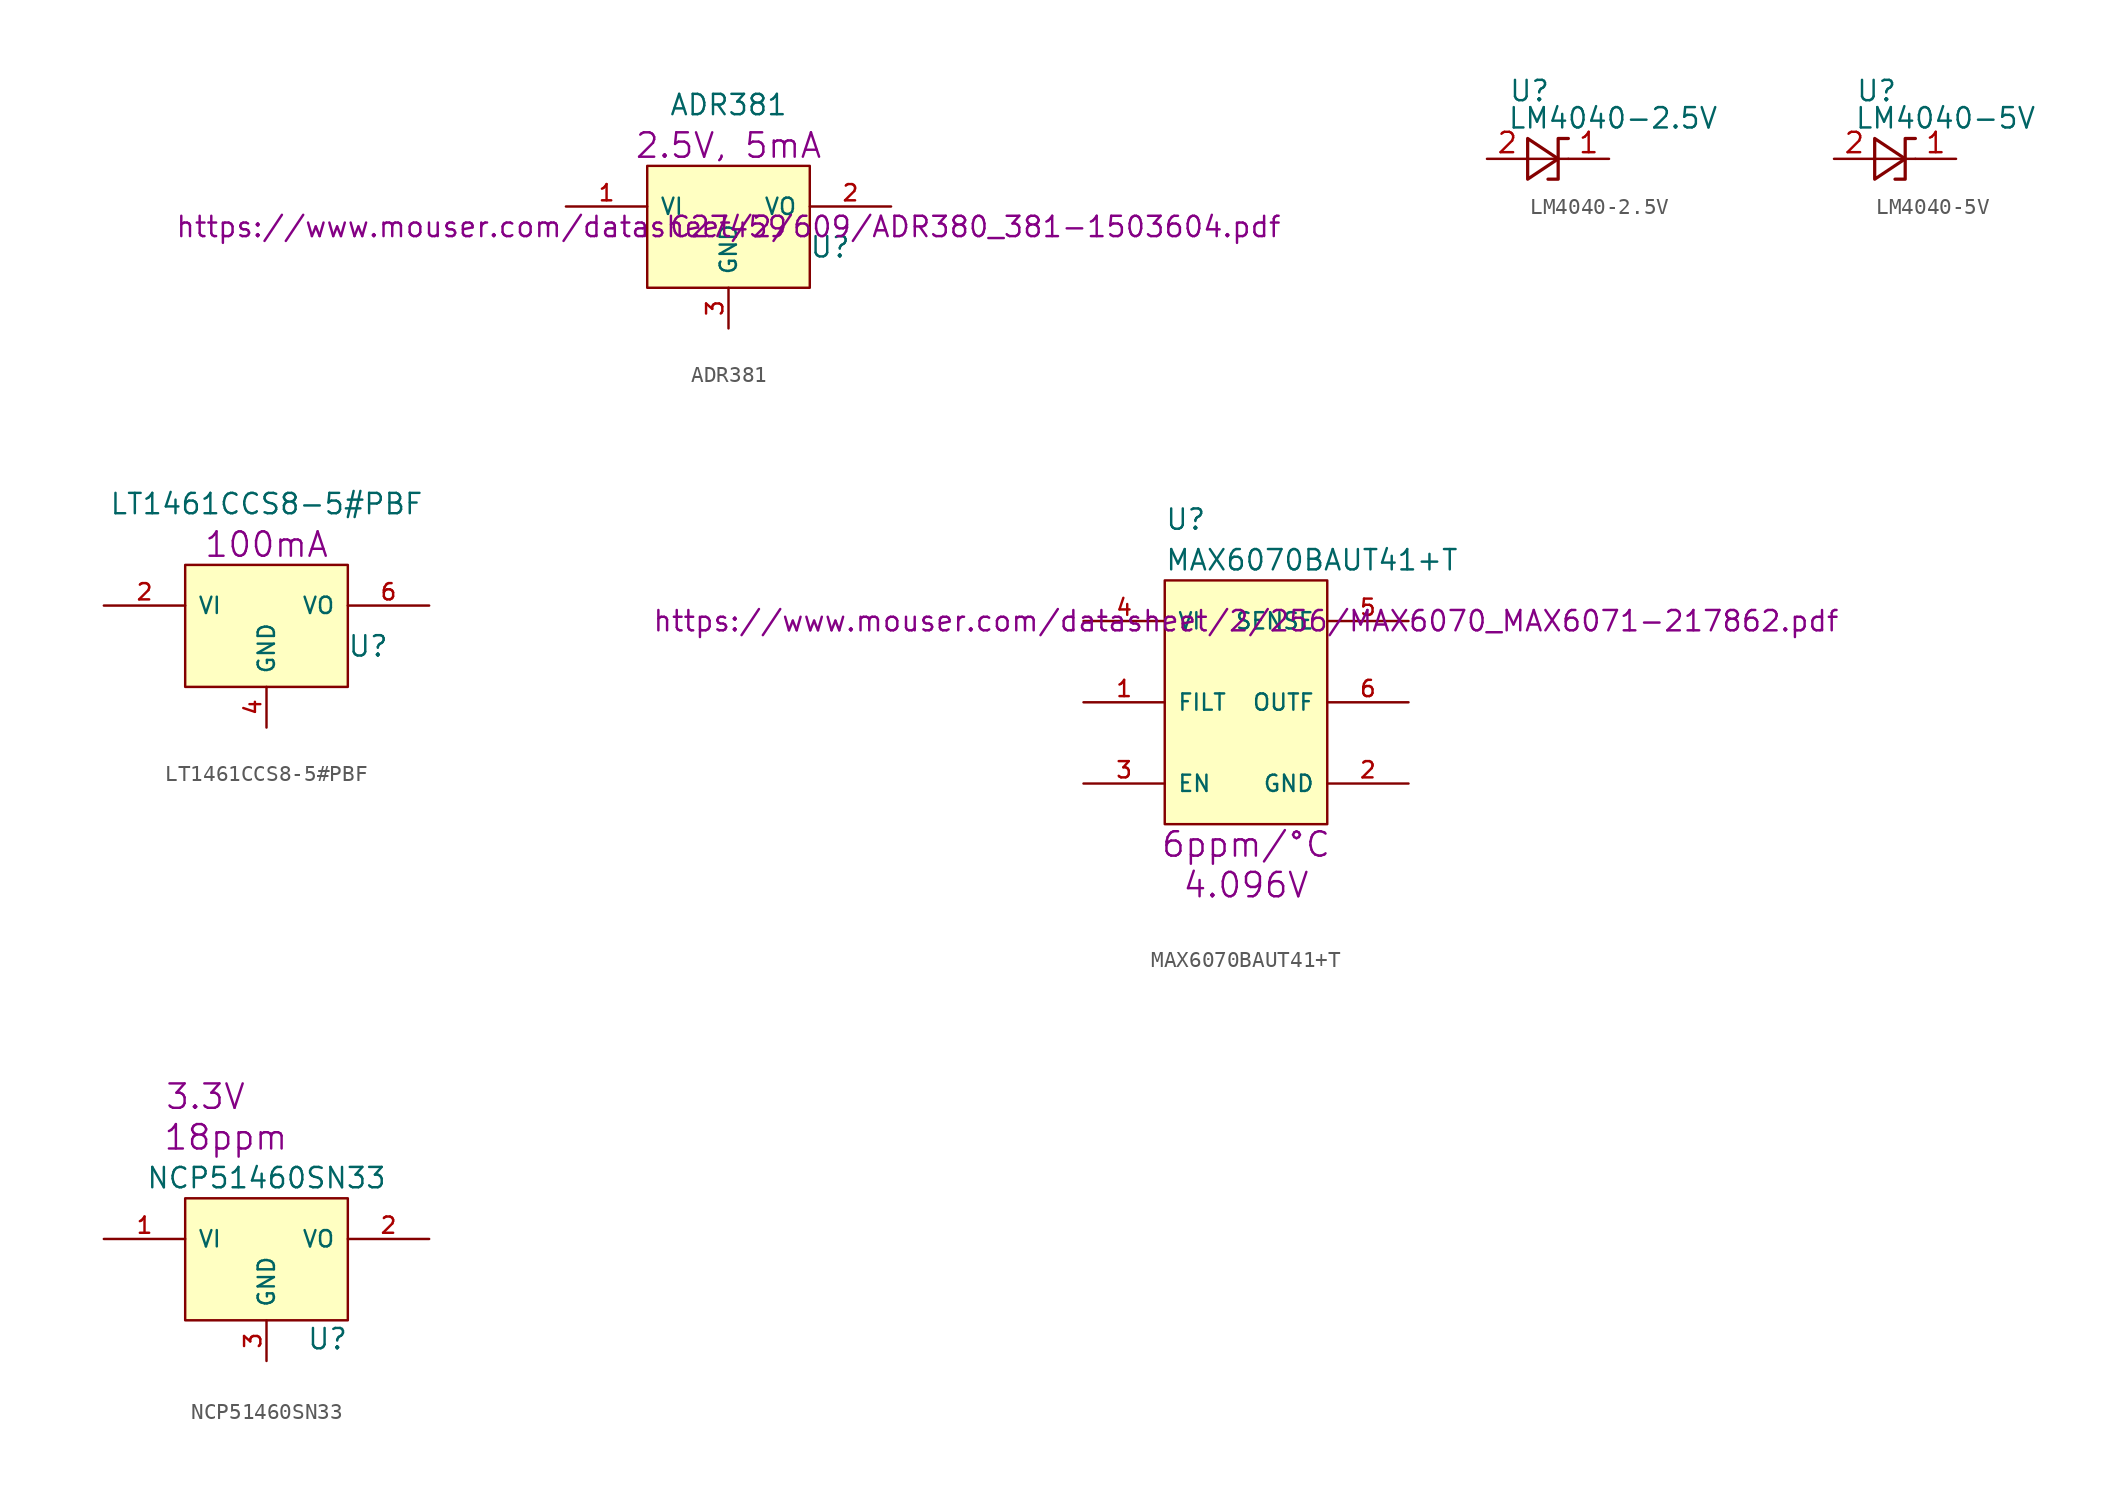
<source format=kicad_sym>
(kicad_symbol_lib
  (version 20211014)
  (generator kicad_symbol_editor)
  (symbol "ADR381"
    (pin_names
      (offset 0.762))
    (property "Reference" "U"
      (at 6.35 -1.27 0)
      (effects (font (size 1.27 1.27))))
    (property "Value" "ADR381"
      (at 0 7.62 0)
      (effects (font (size 1.27 1.27))))
    (property "Datasheet" "https://www.mouser.com/datasheet/2/609/ADR380_381-1503604.pdf"
      (at 0 0 0)
      (effects (font (size 1.27 1.27))))
    (property "Display" "2.5V, 5mA"
      (at 0 5.08 0)
      (effects (font (size 1.524 1.524))))
    (property "JLCPCB ID" "C27459"
      (at 0 0 0)
      (effects (font (size 1.27 1.27))))
    (symbol "ADR381_0_1"
      (rectangle (start -5.08 -3.81) (end 5.08 3.81) (stroke (width 0) (type default) (color 0 0 0 0)) (fill (type background))))
    (symbol "ADR381_1_1"
      (pin input line (at -10.16 1.27 0) (length 5.08) (name "VI" (effects (font (size 1.016 1.016)))) (number "1" (effects (font (size 1.016 1.016)))))
      (pin power_out line (at 10.16 1.27 180) (length 5.08) (name "VO" (effects (font (size 1.016 1.016)))) (number "2" (effects (font (size 1.016 1.016)))))
      (pin power_in line (at 0 -6.35 90) (length 2.54) (name "GND" (effects (font (size 1.016 1.016)))) (number "3" (effects (font (size 1.016 1.016)))))))
  (symbol "LM4040-2.5V"
    (pin_names
      (offset 0.025) hide)
    (property "Reference" "U"
      (at -2.464 4.242 0)
      (effects (font (size 1.27 1.27)) (justify left)))
    (property "Value" "LM4040-2.5V"
      (at -2.54 2.54 0)
      (effects (font (size 1.27 1.27)) (justify left)))
    (symbol "LM4040-2.5V_0_0"
      (pin no_connect line (at 2.54 5.08 180) (length 2.54) hide (name "NC" (effects (font (size 1.27 1.27)))) (number "3" (effects (font (size 1.27 1.27))))))
    (symbol "LM4040-2.5V_0_1"
      (polyline (pts (xy -1.27 0) (xy 0 0) (xy 1.27 0)) (stroke (width 0) (type default) (color 0 0 0 0)) (fill (type none)))
      (polyline (pts (xy -1.27 -1.27) (xy 0.635 0) (xy -1.27 1.27) (xy -1.27 -1.27)) (stroke (width 0.203) (type default) (color 0 0 0 0)) (fill (type none)))
      (polyline (pts (xy 0 -1.27) (xy 0.635 -1.27) (xy 0.635 1.27) (xy 1.27 1.27)) (stroke (width 0.203) (type default) (color 0 0 0 0)) (fill (type none))))
    (symbol "LM4040-2.5V_1_1"
      (pin passive line (at 3.81 0 180) (length 2.54) (name "K" (effects (font (size 1.27 1.27)))) (number "1" (effects (font (size 1.27 1.27)))))
      (pin passive line (at -3.81 0 0) (length 2.54) (name "A" (effects (font (size 1.27 1.27)))) (number "2" (effects (font (size 1.27 1.27)))))))
  (symbol "LM4040-5V"
    (pin_names
      (offset 0.025) hide)
    (property "Reference" "U"
      (at -2.464 4.242 0)
      (effects (font (size 1.27 1.27)) (justify left)))
    (property "Value" "LM4040-5V"
      (at -2.54 2.54 0)
      (effects (font (size 1.27 1.27)) (justify left)))
    (symbol "LM4040-5V_0_0"
      (pin no_connect line (at 2.54 5.08 180) (length 2.54) hide (name "NC" (effects (font (size 1.27 1.27)))) (number "3" (effects (font (size 1.27 1.27))))))
    (symbol "LM4040-5V_0_1"
      (polyline (pts (xy -1.27 0) (xy 0 0) (xy 1.27 0)) (stroke (width 0) (type default) (color 0 0 0 0)) (fill (type none)))
      (polyline (pts (xy -1.27 -1.27) (xy 0.635 0) (xy -1.27 1.27) (xy -1.27 -1.27)) (stroke (width 0.203) (type default) (color 0 0 0 0)) (fill (type none)))
      (polyline (pts (xy 0 -1.27) (xy 0.635 -1.27) (xy 0.635 1.27) (xy 1.27 1.27)) (stroke (width 0.203) (type default) (color 0 0 0 0)) (fill (type none))))
    (symbol "LM4040-5V_1_1"
      (pin passive line (at 3.81 0 180) (length 2.54) (name "K" (effects (font (size 1.27 1.27)))) (number "1" (effects (font (size 1.27 1.27)))))
      (pin passive line (at -3.81 0 0) (length 2.54) (name "A" (effects (font (size 1.27 1.27)))) (number "2" (effects (font (size 1.27 1.27)))))))
  (symbol "LT1461CCS8-5#PBF"
    (pin_names
      (offset 0.762))
    (property "Reference" "U"
      (at 6.35 -1.27 0)
      (effects (font (size 1.27 1.27))))
    (property "Value" "LT1461CCS8-5#PBF"
      (at 0 7.62 0)
      (effects (font (size 1.27 1.27))))
    (property "Datasheet" ""
      (at 0 0 0)
      (effects (font (size 1.27 1.27))))
    (property "Display" "100mA"
      (at 0 5.08 0)
      (effects (font (size 1.524 1.524))))
    (symbol "LT1461CCS8-5#PBF_0_0"
      (pin no_connect line (at 2.54 -6.35 90) (length 2.54) hide (name "DNC*" (effects (font (size 0.508 0.508)))) (number "1" (effects (font (size 0.508 0.508)))))
      (pin no_connect line (at -7.62 -2.54 0) (length 2.54) hide (name "/SHDN" (effects (font (size 0.508 0.508)))) (number "3" (effects (font (size 0.508 0.508)))))
      (pin no_connect line (at 3.81 -6.35 90) (length 2.54) hide (name "DNC*" (effects (font (size 0.508 0.508)))) (number "5" (effects (font (size 0.508 0.508)))))
      (pin no_connect line (at -2.54 -6.35 90) (length 2.54) hide (name "DNC*" (effects (font (size 0.508 0.508)))) (number "7" (effects (font (size 0.508 0.508)))))
      (pin no_connect line (at -3.81 -6.35 90) (length 2.54) hide (name "DNC*" (effects (font (size 0.508 0.508)))) (number "8" (effects (font (size 0.508 0.508))))))
    (symbol "LT1461CCS8-5#PBF_0_1"
      (rectangle (start -5.08 -3.81) (end 5.08 3.81) (stroke (width 0) (type default) (color 0 0 0 0)) (fill (type background))))
    (symbol "LT1461CCS8-5#PBF_1_1"
      (pin input line (at -10.16 1.27 0) (length 5.08) (name "VI" (effects (font (size 1.016 1.016)))) (number "2" (effects (font (size 1.016 1.016)))))
      (pin input line (at 0 -6.35 90) (length 2.54) (name "GND" (effects (font (size 1.016 1.016)))) (number "4" (effects (font (size 1.016 1.016)))))
      (pin power_out line (at 10.16 1.27 180) (length 5.08) (name "VO" (effects (font (size 1.016 1.016)))) (number "6" (effects (font (size 1.016 1.016)))))))
  (symbol "MAX6070BAUT41+T"
    (pin_names
      (offset 0.762))
    (property "Reference" "U"
      (at -5.08 11.43 0)
      (effects (font (size 1.27 1.27)) (justify left)))
    (property "Value" "MAX6070BAUT41+T"
      (at -5.08 8.89 0)
      (effects (font (size 1.27 1.27)) (justify left)))
    (property "Datasheet" "https://www.mouser.com/datasheet/2/256/MAX6070_MAX6071-217862.pdf"
      (at 0 5.08 0)
      (effects (font (size 1.27 1.27))))
    (property "Display" "4.096V"
      (at 0 -11.43 0)
      (effects (font (size 1.524 1.524))))
    (property "Display 2" "6ppm/°C"
      (at 0 -8.89 0)
      (effects (font (size 1.524 1.524))))
    (symbol "MAX6070BAUT41+T_0_1"
      (rectangle (start -5.08 -7.62) (end 5.08 7.62) (stroke (width 0) (type default) (color 0 0 0 0)) (fill (type background))))
    (symbol "MAX6070BAUT41+T_1_1"
      (pin input line (at -10.16 0 0) (length 5.08) (name "FILT" (effects (font (size 1.016 1.016)))) (number "1" (effects (font (size 1.016 1.016)))))
      (pin input line (at 10.16 -5.08 180) (length 5.08) (name "GND" (effects (font (size 1.016 1.016)))) (number "2" (effects (font (size 1.016 1.016)))))
      (pin input line (at -10.16 -5.08 0) (length 5.08) (name "EN" (effects (font (size 1.016 1.016)))) (number "3" (effects (font (size 1.016 1.016)))))
      (pin input line (at -10.16 5.08 0) (length 5.08) (name "VI" (effects (font (size 1.016 1.016)))) (number "4" (effects (font (size 1.016 1.016)))))
      (pin input line (at 10.16 5.08 180) (length 5.08) (name "SENSE" (effects (font (size 1.016 1.016)))) (number "5" (effects (font (size 1.016 1.016)))))
      (pin output line (at 10.16 0 180) (length 5.08) (name "OUTF" (effects (font (size 1.016 1.016)))) (number "6" (effects (font (size 1.016 1.016)))))))
  (symbol "NCP51460SN33"
    (pin_names
      (offset 0.762))
    (property "Reference" "U"
      (at 3.81 -4.978 0)
      (effects (font (size 1.27 1.27))))
    (property "Value" "NCP51460SN33"
      (at 0 5.08 0)
      (effects (font (size 1.27 1.27))))
    (property "Datasheet" ""
      (at 0 0 0)
      (effects (font (size 1.27 1.27))))
    (property "Display" "3.3V"
      (at -3.81 10.16 0)
      (effects (font (size 1.524 1.524))))
    (property "Display 2" "18ppm"
      (at -2.54 7.62 0)
      (effects (font (size 1.524 1.524))))
    (symbol "NCP51460SN33_0_1"
      (rectangle (start -5.08 -3.81) (end 5.08 3.81) (stroke (width 0) (type default) (color 0 0 0 0)) (fill (type background))))
    (symbol "NCP51460SN33_1_1"
      (pin input line (at -10.16 1.27 0) (length 5.08) (name "VI" (effects (font (size 1.016 1.016)))) (number "1" (effects (font (size 1.016 1.016)))))
      (pin power_out line (at 10.16 1.27 180) (length 5.08) (name "VO" (effects (font (size 1.016 1.016)))) (number "2" (effects (font (size 1.016 1.016)))))
      (pin input line (at 0 -6.35 90) (length 2.54) (name "GND" (effects (font (size 1.016 1.016)))) (number "3" (effects (font (size 1.016 1.016))))))))
</source>
